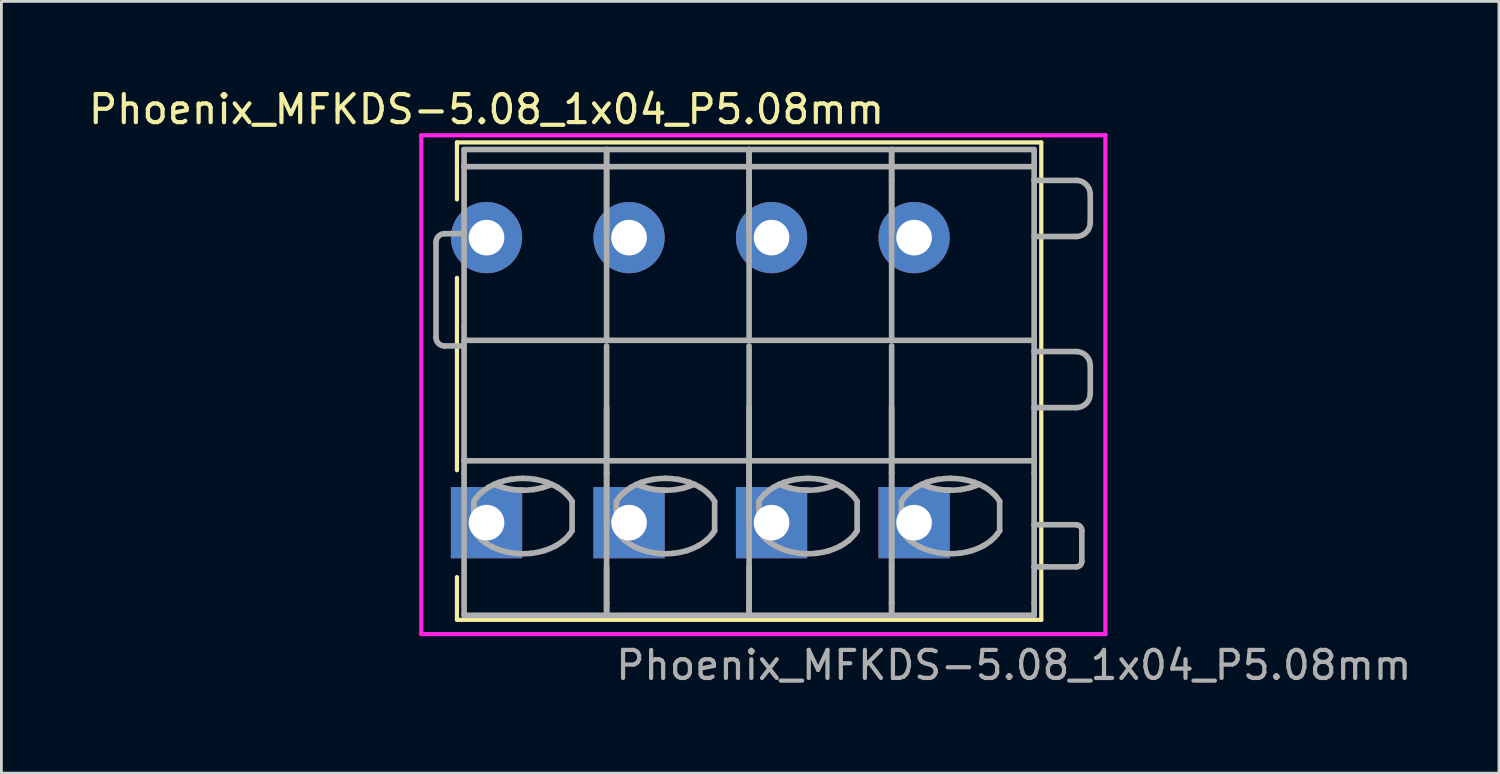
<source format=kicad_pcb>
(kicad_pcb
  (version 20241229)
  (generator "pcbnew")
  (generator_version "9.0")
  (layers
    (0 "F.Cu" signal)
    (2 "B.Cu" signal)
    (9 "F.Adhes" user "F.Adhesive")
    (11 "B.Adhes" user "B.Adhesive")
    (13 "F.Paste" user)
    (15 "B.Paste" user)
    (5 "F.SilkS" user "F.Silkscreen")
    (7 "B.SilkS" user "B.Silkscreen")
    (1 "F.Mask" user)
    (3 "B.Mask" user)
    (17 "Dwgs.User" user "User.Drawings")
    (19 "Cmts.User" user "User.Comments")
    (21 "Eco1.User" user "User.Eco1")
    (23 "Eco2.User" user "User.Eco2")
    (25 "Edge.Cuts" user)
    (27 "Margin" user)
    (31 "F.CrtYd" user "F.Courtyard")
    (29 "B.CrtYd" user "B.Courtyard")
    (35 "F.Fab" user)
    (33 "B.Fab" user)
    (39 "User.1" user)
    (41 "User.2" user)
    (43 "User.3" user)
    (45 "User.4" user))
  (footprint "Phoenix_MFKDS-5.08_1x04_P5.08mm"
    (layer "F.Cu")
    (at 14.292 5.42)
    (property "Reference" "Phoenix_MFKDS-5.08_1x04_P5.08mm" (at 0 -4.572 0) (layer "F.SilkS") (effects (font (size 1 1) (thickness 0.15))))
    (attr through_hole)
    (fp_line (start -1.054 -3.394) (end -1.054 -1.362) (stroke (width 0.15) (type solid)) (layer "F.SilkS"))
    (fp_line (start -1.054 -3.394) (end 19.774 -3.394) (stroke (width 0.15) (type solid)) (layer "F.SilkS"))
    (fp_line (start -1.054 1.432) (end -1.054 8.29) (stroke (width 0.15) (type solid)) (layer "F.SilkS"))
    (fp_line (start -1.054 13.624) (end -1.054 12.1) (stroke (width 0.15) (type solid)) (layer "F.SilkS"))
    (fp_line (start -1.054 13.624) (end 19.774 13.624) (stroke (width 0.15) (type solid)) (layer "F.SilkS"))
    (fp_line (start 19.774 -3.394) (end 19.774 13.624) (stroke (width 0.15) (type solid)) (layer "F.SilkS"))
    (fp_line (start -2.324 -3.648) (end -2.324 14.132) (stroke (width 0.15) (type solid)) (layer "F.CrtYd"))
    (fp_line (start -2.324 14.132) (end 22.06 14.132) (stroke (width 0.15) (type solid)) (layer "F.CrtYd"))
    (fp_line (start 22.06 -3.648) (end -2.324 -3.648) (stroke (width 0.15) (type solid)) (layer "F.CrtYd"))
    (fp_line (start 22.06 14.132) (end 22.06 -3.648) (stroke (width 0.15) (type solid)) (layer "F.CrtYd"))
    (fp_line (start -1.8 0.16) (end -1.8 3.56) (stroke (width 0.2) (type solid)) (layer "F.Fab"))
    (fp_line (start -1.5 -0.14) (end -0.8 -0.14) (stroke (width 0.2) (type solid)) (layer "F.Fab"))
    (fp_line (start -1.5 3.86) (end -0.8 3.86) (stroke (width 0.2) (type solid)) (layer "F.Fab"))
    (fp_line (start -0.8 -3.14) (end 4.28 -3.14) (stroke (width 0.2) (type solid)) (layer "F.Fab"))
    (fp_line (start -0.8 -2.529) (end -0.8 -3.14) (stroke (width 0.2) (type solid)) (layer "F.Fab"))
    (fp_line (start -0.8 -2.529) (end -0.8 -0.14) (stroke (width 0.2) (type solid)) (layer "F.Fab"))
    (fp_line (start -0.8 -0.14) (end -0.8 0.301) (stroke (width 0.2) (type solid)) (layer "F.Fab"))
    (fp_line (start -0.8 3.16) (end -0.8 0.301) (stroke (width 0.2) (type solid)) (layer "F.Fab"))
    (fp_line (start -0.8 3.16) (end -0.8 3.66) (stroke (width 0.2) (type solid)) (layer "F.Fab"))
    (fp_line (start -0.8 3.66) (end 4.28 3.66) (stroke (width 0.2) (type solid)) (layer "F.Fab"))
    (fp_line (start -0.8 3.86) (end -0.8 3.66) (stroke (width 0.2) (type solid)) (layer "F.Fab"))
    (fp_line (start -0.8 7.956) (end -0.8 3.86) (stroke (width 0.2) (type solid)) (layer "F.Fab"))
    (fp_line (start -0.8 7.956) (end -0.8 8.383) (stroke (width 0.2) (type solid)) (layer "F.Fab"))
    (fp_line (start -0.8 7.956) (end 4.28 7.956) (stroke (width 0.2) (type solid)) (layer "F.Fab"))
    (fp_line (start -0.8 13.021) (end -0.8 8.383) (stroke (width 0.2) (type solid)) (layer "F.Fab"))
    (fp_line (start -0.8 13.021) (end -0.8 13.46) (stroke (width 0.2) (type solid)) (layer "F.Fab"))
    (fp_line (start -0.8 13.46) (end 4.28 13.46) (stroke (width 0.2) (type solid)) (layer "F.Fab"))
    (fp_line (start -0.45 9.401) (end -0.45 9.691) (stroke (width 0.2) (type solid)) (layer "F.Fab"))
    (fp_line (start -0.45 9.691) (end -0.45 10.448) (stroke (width 0.2) (type solid)) (layer "F.Fab"))
    (fp_line (start -0.202 10.747) (end -0.15 10.792) (stroke (width 0.2) (type solid)) (layer "F.Fab"))
    (fp_line (start 2.965 10.571) (end 3.05 10.448) (stroke (width 0.2) (type solid)) (layer "F.Fab"))
    (fp_line (start 3.05 10.448) (end 3.05 9.401) (stroke (width 0.2) (type solid)) (layer "F.Fab"))
    (fp_line (start 4.28 -3.14) (end 9.36 -3.14) (stroke (width 0.2) (type solid)) (layer "F.Fab"))
    (fp_line (start 4.28 -2.529) (end -0.8 -2.529) (stroke (width 0.2) (type solid)) (layer "F.Fab"))
    (fp_line (start 4.28 -2.529) (end 4.28 -3.14) (stroke (width 0.2) (type solid)) (layer "F.Fab"))
    (fp_line (start 4.28 -2.529) (end 4.28 -3.14) (stroke (width 0.2) (type solid)) (layer "F.Fab"))
    (fp_line (start 4.28 -2.529) (end 4.28 -2.04) (stroke (width 0.2) (type solid)) (layer "F.Fab"))
    (fp_line (start 4.28 -2.529) (end 4.28 -0.14) (stroke (width 0.2) (type solid)) (layer "F.Fab"))
    (fp_line (start 4.28 -2.04) (end 4.28 3.66) (stroke (width 0.2) (type solid)) (layer "F.Fab"))
    (fp_line (start 4.28 3.66) (end 9.36 3.66) (stroke (width 0.2) (type solid)) (layer "F.Fab"))
    (fp_line (start 4.28 7.956) (end 4.28 3.86) (stroke (width 0.2) (type solid)) (layer "F.Fab"))
    (fp_line (start 4.28 7.956) (end 4.28 6.06) (stroke (width 0.2) (type solid)) (layer "F.Fab"))
    (fp_line (start 4.28 7.956) (end 4.28 8.383) (stroke (width 0.2) (type solid)) (layer "F.Fab"))
    (fp_line (start 4.28 7.956) (end 4.28 8.383) (stroke (width 0.2) (type solid)) (layer "F.Fab"))
    (fp_line (start 4.28 7.956) (end 9.36 7.956) (stroke (width 0.2) (type solid)) (layer "F.Fab"))
    (fp_line (start 4.28 10.235) (end 4.28 8.383) (stroke (width 0.2) (type solid)) (layer "F.Fab"))
    (fp_line (start 4.28 11.735) (end 4.28 13.021) (stroke (width 0.2) (type solid)) (layer "F.Fab"))
    (fp_line (start 4.28 13.021) (end 4.28 8.383) (stroke (width 0.2) (type solid)) (layer "F.Fab"))
    (fp_line (start 4.28 13.021) (end 4.28 13.46) (stroke (width 0.2) (type solid)) (layer "F.Fab"))
    (fp_line (start 4.28 13.021) (end 4.28 13.46) (stroke (width 0.2) (type solid)) (layer "F.Fab"))
    (fp_line (start 4.28 13.46) (end 9.36 13.46) (stroke (width 0.2) (type solid)) (layer "F.Fab"))
    (fp_line (start 4.63 9.401) (end 4.63 9.691) (stroke (width 0.2) (type solid)) (layer "F.Fab"))
    (fp_line (start 4.63 9.691) (end 4.63 10.448) (stroke (width 0.2) (type solid)) (layer "F.Fab"))
    (fp_line (start 4.878 10.747) (end 4.93 10.792) (stroke (width 0.2) (type solid)) (layer "F.Fab"))
    (fp_line (start 8.045 10.571) (end 8.13 10.448) (stroke (width 0.2) (type solid)) (layer "F.Fab"))
    (fp_line (start 8.13 10.448) (end 8.13 9.401) (stroke (width 0.2) (type solid)) (layer "F.Fab"))
    (fp_line (start 9.36 -3.14) (end 14.44 -3.14) (stroke (width 0.2) (type solid)) (layer "F.Fab"))
    (fp_line (start 9.36 -2.529) (end 4.28 -2.529) (stroke (width 0.2) (type solid)) (layer "F.Fab"))
    (fp_line (start 9.36 -2.529) (end 9.36 -3.14) (stroke (width 0.2) (type solid)) (layer "F.Fab"))
    (fp_line (start 9.36 -2.529) (end 9.36 -3.14) (stroke (width 0.2) (type solid)) (layer "F.Fab"))
    (fp_line (start 9.36 -2.529) (end 9.36 -2.04) (stroke (width 0.2) (type solid)) (layer "F.Fab"))
    (fp_line (start 9.36 -2.529) (end 9.36 -0.14) (stroke (width 0.2) (type solid)) (layer "F.Fab"))
    (fp_line (start 9.36 -2.04) (end 9.36 3.66) (stroke (width 0.2) (type solid)) (layer "F.Fab"))
    (fp_line (start 9.36 3.66) (end 14.44 3.66) (stroke (width 0.2) (type solid)) (layer "F.Fab"))
    (fp_line (start 9.36 7.956) (end 9.36 3.86) (stroke (width 0.2) (type solid)) (layer "F.Fab"))
    (fp_line (start 9.36 7.956) (end 9.36 6.06) (stroke (width 0.2) (type solid)) (layer "F.Fab"))
    (fp_line (start 9.36 7.956) (end 9.36 8.383) (stroke (width 0.2) (type solid)) (layer "F.Fab"))
    (fp_line (start 9.36 7.956) (end 9.36 8.383) (stroke (width 0.2) (type solid)) (layer "F.Fab"))
    (fp_line (start 9.36 7.956) (end 14.44 7.956) (stroke (width 0.2) (type solid)) (layer "F.Fab"))
    (fp_line (start 9.36 10.235) (end 9.36 8.383) (stroke (width 0.2) (type solid)) (layer "F.Fab"))
    (fp_line (start 9.36 11.735) (end 9.36 13.021) (stroke (width 0.2) (type solid)) (layer "F.Fab"))
    (fp_line (start 9.36 13.021) (end 9.36 8.383) (stroke (width 0.2) (type solid)) (layer "F.Fab"))
    (fp_line (start 9.36 13.021) (end 9.36 13.46) (stroke (width 0.2) (type solid)) (layer "F.Fab"))
    (fp_line (start 9.36 13.021) (end 9.36 13.46) (stroke (width 0.2) (type solid)) (layer "F.Fab"))
    (fp_line (start 9.36 13.46) (end 14.44 13.46) (stroke (width 0.2) (type solid)) (layer "F.Fab"))
    (fp_line (start 9.71 9.401) (end 9.71 9.691) (stroke (width 0.2) (type solid)) (layer "F.Fab"))
    (fp_line (start 9.71 9.691) (end 9.71 10.448) (stroke (width 0.2) (type solid)) (layer "F.Fab"))
    (fp_line (start 9.958 10.747) (end 10.01 10.792) (stroke (width 0.2) (type solid)) (layer "F.Fab"))
    (fp_line (start 13.125 10.571) (end 13.21 10.448) (stroke (width 0.2) (type solid)) (layer "F.Fab"))
    (fp_line (start 13.21 10.448) (end 13.21 9.401) (stroke (width 0.2) (type solid)) (layer "F.Fab"))
    (fp_line (start 14.44 -3.14) (end 19.52 -3.14) (stroke (width 0.2) (type solid)) (layer "F.Fab"))
    (fp_line (start 14.44 -2.529) (end 9.36 -2.529) (stroke (width 0.2) (type solid)) (layer "F.Fab"))
    (fp_line (start 14.44 -2.529) (end 14.44 -3.14) (stroke (width 0.2) (type solid)) (layer "F.Fab"))
    (fp_line (start 14.44 -2.529) (end 14.44 -3.14) (stroke (width 0.2) (type solid)) (layer "F.Fab"))
    (fp_line (start 14.44 -2.529) (end 14.44 -2.04) (stroke (width 0.2) (type solid)) (layer "F.Fab"))
    (fp_line (start 14.44 -2.529) (end 14.44 -0.14) (stroke (width 0.2) (type solid)) (layer "F.Fab"))
    (fp_line (start 14.44 -2.04) (end 14.44 3.66) (stroke (width 0.2) (type solid)) (layer "F.Fab"))
    (fp_line (start 14.44 3.66) (end 19.52 3.66) (stroke (width 0.2) (type solid)) (layer "F.Fab"))
    (fp_line (start 14.44 7.956) (end 14.44 3.86) (stroke (width 0.2) (type solid)) (layer "F.Fab"))
    (fp_line (start 14.44 7.956) (end 14.44 6.06) (stroke (width 0.2) (type solid)) (layer "F.Fab"))
    (fp_line (start 14.44 7.956) (end 14.44 8.383) (stroke (width 0.2) (type solid)) (layer "F.Fab"))
    (fp_line (start 14.44 7.956) (end 14.44 8.383) (stroke (width 0.2) (type solid)) (layer "F.Fab"))
    (fp_line (start 14.44 7.956) (end 19.52 7.956) (stroke (width 0.2) (type solid)) (layer "F.Fab"))
    (fp_line (start 14.44 10.235) (end 14.44 8.383) (stroke (width 0.2) (type solid)) (layer "F.Fab"))
    (fp_line (start 14.44 11.735) (end 14.44 10.235) (stroke (width 0.2) (type solid)) (layer "F.Fab"))
    (fp_line (start 14.44 11.735) (end 14.44 13.021) (stroke (width 0.2) (type solid)) (layer "F.Fab"))
    (fp_line (start 14.44 13.021) (end 14.44 8.383) (stroke (width 0.2) (type solid)) (layer "F.Fab"))
    (fp_line (start 14.44 13.021) (end 14.44 13.46) (stroke (width 0.2) (type solid)) (layer "F.Fab"))
    (fp_line (start 14.44 13.021) (end 14.44 13.46) (stroke (width 0.2) (type solid)) (layer "F.Fab"))
    (fp_line (start 14.44 13.46) (end 19.52 13.46) (stroke (width 0.2) (type solid)) (layer "F.Fab"))
    (fp_line (start 14.79 9.401) (end 14.79 9.691) (stroke (width 0.2) (type solid)) (layer "F.Fab"))
    (fp_line (start 14.79 9.691) (end 14.79 10.448) (stroke (width 0.2) (type solid)) (layer "F.Fab"))
    (fp_line (start 15.038 10.747) (end 15.09 10.792) (stroke (width 0.2) (type solid)) (layer "F.Fab"))
    (fp_line (start 18.205 10.571) (end 18.29 10.448) (stroke (width 0.2) (type solid)) (layer "F.Fab"))
    (fp_line (start 18.29 10.448) (end 18.29 9.401) (stroke (width 0.2) (type solid)) (layer "F.Fab"))
    (fp_line (start 19.52 -2.529) (end 14.44 -2.529) (stroke (width 0.2) (type solid)) (layer "F.Fab"))
    (fp_line (start 19.52 -2.529) (end 19.52 -3.14) (stroke (width 0.2) (type solid)) (layer "F.Fab"))
    (fp_line (start 19.52 -2.529) (end 19.52 -2.04) (stroke (width 0.2) (type solid)) (layer "F.Fab"))
    (fp_line (start 19.52 -2.04) (end 19.52 3.66) (stroke (width 0.2) (type solid)) (layer "F.Fab"))
    (fp_line (start 19.52 -2.04) (end 21.02 -2.04) (stroke (width 0.2) (type solid)) (layer "F.Fab"))
    (fp_line (start 19.52 -0.04) (end 21.02 -0.04) (stroke (width 0.2) (type solid)) (layer "F.Fab"))
    (fp_line (start 19.52 4.06) (end 19.52 3.66) (stroke (width 0.2) (type solid)) (layer "F.Fab"))
    (fp_line (start 19.52 4.06) (end 21.02 4.06) (stroke (width 0.2) (type solid)) (layer "F.Fab"))
    (fp_line (start 19.52 6.06) (end 19.52 4.06) (stroke (width 0.2) (type solid)) (layer "F.Fab"))
    (fp_line (start 19.52 6.06) (end 21.02 6.06) (stroke (width 0.2) (type solid)) (layer "F.Fab"))
    (fp_line (start 19.52 7.956) (end 19.52 6.06) (stroke (width 0.2) (type solid)) (layer "F.Fab"))
    (fp_line (start 19.52 7.956) (end 19.52 8.383) (stroke (width 0.2) (type solid)) (layer "F.Fab"))
    (fp_line (start 19.52 10.235) (end 19.52 8.383) (stroke (width 0.2) (type solid)) (layer "F.Fab"))
    (fp_line (start 19.52 10.235) (end 21.02 10.235) (stroke (width 0.2) (type solid)) (layer "F.Fab"))
    (fp_line (start 19.52 11.735) (end 19.52 10.235) (stroke (width 0.2) (type solid)) (layer "F.Fab"))
    (fp_line (start 19.52 11.735) (end 19.52 13.021) (stroke (width 0.2) (type solid)) (layer "F.Fab"))
    (fp_line (start 19.52 11.735) (end 21.02 11.735) (stroke (width 0.2) (type solid)) (layer "F.Fab"))
    (fp_line (start 19.52 13.021) (end 19.52 13.46) (stroke (width 0.2) (type solid)) (layer "F.Fab"))
    (fp_line (start 21.22 10.435) (end 21.22 11.535) (stroke (width 0.2) (type solid)) (layer "F.Fab"))
    (fp_line (start 21.52 -1.54) (end 21.52 -0.54) (stroke (width 0.2) (type solid)) (layer "F.Fab"))
    (fp_line (start 21.52 4.56) (end 21.52 5.56) (stroke (width 0.2) (type solid)) (layer "F.Fab"))
    (fp_arc (start -1.8 0.16) (mid -1.712132 -0.052132) (end -1.5 -0.14) (stroke (width 0.2) (type solid)) (layer "F.Fab"))
    (fp_arc (start -1.5 3.86) (mid -1.712132 3.772132) (end -1.8 3.56) (stroke (width 0.2) (type solid)) (layer "F.Fab"))
    (fp_arc (start -0.45 9.401255) (mid -0.349171 9.257689) (end -0.230564 9.128422) (stroke (width 0.2) (type solid)) (layer "F.Fab"))
    (fp_arc (start -0.379598 10.552539) (mid -0.416161 10.501022) (end -0.45 10.447677) (stroke (width 0.2) (type solid)) (layer "F.Fab"))
    (fp_arc (start -0.296781 10.652577) (mid -0.339414 10.603572) (end -0.379598 10.552539) (stroke (width 0.2) (type solid)) (layer "F.Fab"))
    (fp_arc (start -0.230564 9.128422) (mid -0.085409 9.005366) (end 0.072408 8.899035) (stroke (width 0.2) (type solid)) (layer "F.Fab"))
    (fp_arc (start -0.202031 10.747237) (mid -0.250498 10.701) (end -0.296781 10.652577) (stroke (width 0.2) (type solid)) (layer "F.Fab"))
    (fp_arc (start 0.072408 8.899035) (mid 0.253221 8.803422) (end 0.44238 8.725615) (stroke (width 0.2) (type solid)) (layer "F.Fab"))
    (fp_arc (start 0.206027 11.022925) (mid 0.021004 10.918229) (end -0.150332 10.792377) (stroke (width 0.2) (type solid)) (layer "F.Fab"))
    (fp_arc (start 0.44238 8.725615) (mid 0.648423 8.662562) (end 0.85916 8.617626) (stroke (width 0.2) (type solid)) (layer "F.Fab"))
    (fp_arc (start 0.596743 8.909129) (mid 0.4342 8.857004) (end 0.276056 8.792755) (stroke (width 0.2) (type solid)) (layer "F.Fab"))
    (fp_arc (start 0.633083 11.182484) (mid 0.415454 11.11368) (end 0.206027 11.022924) (stroke (width 0.2) (type solid)) (layer "F.Fab"))
    (fp_arc (start 0.85916 8.617626) (mid 1.078818 8.590126) (end 1.3 8.580963) (stroke (width 0.2) (type solid)) (layer "F.Fab"))
    (fp_arc (start 0.941172 8.980371) (mid 0.76771 8.950783) (end 0.596743 8.909129) (stroke (width 0.2) (type solid)) (layer "F.Fab"))
    (fp_arc (start 1.103239 11.260745) (mid 0.866341 11.232547) (end 0.633083 11.182485) (stroke (width 0.2) (type solid)) (layer "F.Fab"))
    (fp_arc (start 1.3 8.580963) (mid 1.521185 8.590095) (end 1.74084 8.617626) (stroke (width 0.2) (type solid)) (layer "F.Fab"))
    (fp_arc (start 1.3 9.004547) (mid 1.120177 8.998539) (end 0.941173 8.98037) (stroke (width 0.2) (type solid)) (layer "F.Fab"))
    (fp_arc (start 1.58611 11.252649) (mid 1.344857 11.26759) (end 1.103239 11.260745) (stroke (width 0.2) (type solid)) (layer "F.Fab"))
    (fp_arc (start 1.658827 8.98037) (mid 1.479819 8.998484) (end 1.3 9.004547) (stroke (width 0.2) (type solid)) (layer "F.Fab"))
    (fp_arc (start 1.74084 8.617626) (mid 1.951633 8.662347) (end 2.15762 8.725615) (stroke (width 0.2) (type solid)) (layer "F.Fab"))
    (fp_arc (start 2.003256 8.909128) (mid 1.832273 8.950702) (end 1.658827 8.98037) (stroke (width 0.2) (type solid)) (layer "F.Fab"))
    (fp_arc (start 2.050491 11.158719) (mid 1.820476 11.216438) (end 1.58611 11.252649) (stroke (width 0.2) (type solid)) (layer "F.Fab"))
    (fp_arc (start 2.15762 8.725615) (mid 2.346899 8.803166) (end 2.527592 8.899035) (stroke (width 0.2) (type solid)) (layer "F.Fab"))
    (fp_arc (start 2.323944 8.792755) (mid 2.165763 8.856901) (end 2.003257 8.909129) (stroke (width 0.2) (type solid)) (layer "F.Fab"))
    (fp_arc (start 2.466373 10.985026) (mid 2.262861 11.082477) (end 2.050492 11.158719) (stroke (width 0.2) (type solid)) (layer "F.Fab"))
    (fp_arc (start 2.527592 8.899035) (mid 2.685688 9.004998) (end 2.830564 9.128422) (stroke (width 0.2) (type solid)) (layer "F.Fab"))
    (fp_arc (start 2.746106 10.795895) (mid 2.610635 10.896961) (end 2.466373 10.985026) (stroke (width 0.2) (type solid)) (layer "F.Fab"))
    (fp_arc (start 2.830564 9.128422) (mid 2.949504 9.257421) (end 3.05 9.401255) (stroke (width 0.2) (type solid)) (layer "F.Fab"))
    (fp_arc (start 2.965357 10.571222) (mid 2.86173 10.689412) (end 2.746107 10.795894) (stroke (width 0.2) (type solid)) (layer "F.Fab"))
    (fp_arc (start 4.63 9.401255) (mid 4.730829 9.257689) (end 4.849436 9.128422) (stroke (width 0.2) (type solid)) (layer "F.Fab"))
    (fp_arc (start 4.700402 10.552539) (mid 4.663839 10.501022) (end 4.63 10.447677) (stroke (width 0.2) (type solid)) (layer "F.Fab"))
    (fp_arc (start 4.783219 10.652577) (mid 4.740586 10.603572) (end 4.700402 10.552539) (stroke (width 0.2) (type solid)) (layer "F.Fab"))
    (fp_arc (start 4.849436 9.128422) (mid 4.994591 9.005366) (end 5.152408 8.899035) (stroke (width 0.2) (type solid)) (layer "F.Fab"))
    (fp_arc (start 4.877969 10.747237) (mid 4.829502 10.701) (end 4.783219 10.652577) (stroke (width 0.2) (type solid)) (layer "F.Fab"))
    (fp_arc (start 5.152408 8.899035) (mid 5.333221 8.803422) (end 5.52238 8.725615) (stroke (width 0.2) (type solid)) (layer "F.Fab"))
    (fp_arc (start 5.286027 11.022925) (mid 5.101004 10.918229) (end 4.929668 10.792377) (stroke (width 0.2) (type solid)) (layer "F.Fab"))
    (fp_arc (start 5.52238 8.725615) (mid 5.728423 8.662562) (end 5.93916 8.617626) (stroke (width 0.2) (type solid)) (layer "F.Fab"))
    (fp_arc (start 5.676743 8.909129) (mid 5.5142 8.857004) (end 5.356056 8.792755) (stroke (width 0.2) (type solid)) (layer "F.Fab"))
    (fp_arc (start 5.713083 11.182484) (mid 5.495454 11.11368) (end 5.286027 11.022924) (stroke (width 0.2) (type solid)) (layer "F.Fab"))
    (fp_arc (start 5.93916 8.617626) (mid 6.158818 8.590126) (end 6.38 8.580963) (stroke (width 0.2) (type solid)) (layer "F.Fab"))
    (fp_arc (start 6.021172 8.980371) (mid 5.84771 8.950783) (end 5.676743 8.909129) (stroke (width 0.2) (type solid)) (layer "F.Fab"))
    (fp_arc (start 6.183239 11.260745) (mid 5.946341 11.232547) (end 5.713083 11.182485) (stroke (width 0.2) (type solid)) (layer "F.Fab"))
    (fp_arc (start 6.38 8.580963) (mid 6.601185 8.590095) (end 6.82084 8.617626) (stroke (width 0.2) (type solid)) (layer "F.Fab"))
    (fp_arc (start 6.38 9.004547) (mid 6.200177 8.998539) (end 6.021173 8.98037) (stroke (width 0.2) (type solid)) (layer "F.Fab"))
    (fp_arc (start 6.66611 11.252649) (mid 6.424857 11.26759) (end 6.183239 11.260745) (stroke (width 0.2) (type solid)) (layer "F.Fab"))
    (fp_arc (start 6.738827 8.98037) (mid 6.559819 8.998484) (end 6.38 9.004547) (stroke (width 0.2) (type solid)) (layer "F.Fab"))
    (fp_arc (start 6.82084 8.617626) (mid 7.031633 8.662347) (end 7.23762 8.725615) (stroke (width 0.2) (type solid)) (layer "F.Fab"))
    (fp_arc (start 7.083256 8.909128) (mid 6.912273 8.950702) (end 6.738827 8.98037) (stroke (width 0.2) (type solid)) (layer "F.Fab"))
    (fp_arc (start 7.130491 11.158719) (mid 6.900476 11.216438) (end 6.66611 11.252649) (stroke (width 0.2) (type solid)) (layer "F.Fab"))
    (fp_arc (start 7.23762 8.725615) (mid 7.426899 8.803166) (end 7.607592 8.899035) (stroke (width 0.2) (type solid)) (layer "F.Fab"))
    (fp_arc (start 7.403944 8.792755) (mid 7.245763 8.856901) (end 7.083257 8.909129) (stroke (width 0.2) (type solid)) (layer "F.Fab"))
    (fp_arc (start 7.546373 10.985026) (mid 7.342861 11.082477) (end 7.130492 11.158719) (stroke (width 0.2) (type solid)) (layer "F.Fab"))
    (fp_arc (start 7.607592 8.899035) (mid 7.765688 9.004998) (end 7.910564 9.128422) (stroke (width 0.2) (type solid)) (layer "F.Fab"))
    (fp_arc (start 7.826106 10.795895) (mid 7.690635 10.896961) (end 7.546373 10.985026) (stroke (width 0.2) (type solid)) (layer "F.Fab"))
    (fp_arc (start 7.910564 9.128422) (mid 8.029504 9.257421) (end 8.13 9.401255) (stroke (width 0.2) (type solid)) (layer "F.Fab"))
    (fp_arc (start 8.045357 10.571222) (mid 7.94173 10.689412) (end 7.826107 10.795894) (stroke (width 0.2) (type solid)) (layer "F.Fab"))
    (fp_arc (start 9.71 9.401255) (mid 9.810829 9.257689) (end 9.929436 9.128422) (stroke (width 0.2) (type solid)) (layer "F.Fab"))
    (fp_arc (start 9.780402 10.552539) (mid 9.743839 10.501022) (end 9.71 10.447677) (stroke (width 0.2) (type solid)) (layer "F.Fab"))
    (fp_arc (start 9.863219 10.652577) (mid 9.820586 10.603572) (end 9.780402 10.552539) (stroke (width 0.2) (type solid)) (layer "F.Fab"))
    (fp_arc (start 9.929436 9.128422) (mid 10.074591 9.005366) (end 10.232408 8.899035) (stroke (width 0.2) (type solid)) (layer "F.Fab"))
    (fp_arc (start 9.957969 10.747237) (mid 9.909502 10.701) (end 9.863219 10.652577) (stroke (width 0.2) (type solid)) (layer "F.Fab"))
    (fp_arc (start 10.232408 8.899035) (mid 10.413221 8.803422) (end 10.60238 8.725615) (stroke (width 0.2) (type solid)) (layer "F.Fab"))
    (fp_arc (start 10.366027 11.022925) (mid 10.181004 10.918229) (end 10.009668 10.792377) (stroke (width 0.2) (type solid)) (layer "F.Fab"))
    (fp_arc (start 10.60238 8.725615) (mid 10.808423 8.662562) (end 11.01916 8.617626) (stroke (width 0.2) (type solid)) (layer "F.Fab"))
    (fp_arc (start 10.756743 8.909129) (mid 10.5942 8.857004) (end 10.436056 8.792755) (stroke (width 0.2) (type solid)) (layer "F.Fab"))
    (fp_arc (start 10.793083 11.182484) (mid 10.575454 11.11368) (end 10.366027 11.022924) (stroke (width 0.2) (type solid)) (layer "F.Fab"))
    (fp_arc (start 11.01916 8.617626) (mid 11.238818 8.590126) (end 11.46 8.580963) (stroke (width 0.2) (type solid)) (layer "F.Fab"))
    (fp_arc (start 11.101172 8.980371) (mid 10.92771 8.950783) (end 10.756743 8.909129) (stroke (width 0.2) (type solid)) (layer "F.Fab"))
    (fp_arc (start 11.263239 11.260745) (mid 11.026341 11.232547) (end 10.793083 11.182485) (stroke (width 0.2) (type solid)) (layer "F.Fab"))
    (fp_arc (start 11.46 8.580963) (mid 11.681185 8.590095) (end 11.90084 8.617626) (stroke (width 0.2) (type solid)) (layer "F.Fab"))
    (fp_arc (start 11.46 9.004547) (mid 11.280177 8.998539) (end 11.101173 8.98037) (stroke (width 0.2) (type solid)) (layer "F.Fab"))
    (fp_arc (start 11.74611 11.252649) (mid 11.504857 11.26759) (end 11.263239 11.260745) (stroke (width 0.2) (type solid)) (layer "F.Fab"))
    (fp_arc (start 11.818827 8.98037) (mid 11.639819 8.998484) (end 11.46 9.004547) (stroke (width 0.2) (type solid)) (layer "F.Fab"))
    (fp_arc (start 11.90084 8.617626) (mid 12.111633 8.662347) (end 12.31762 8.725615) (stroke (width 0.2) (type solid)) (layer "F.Fab"))
    (fp_arc (start 12.163256 8.909128) (mid 11.992273 8.950702) (end 11.818827 8.98037) (stroke (width 0.2) (type solid)) (layer "F.Fab"))
    (fp_arc (start 12.210491 11.158719) (mid 11.980476 11.216438) (end 11.74611 11.252649) (stroke (width 0.2) (type solid)) (layer "F.Fab"))
    (fp_arc (start 12.31762 8.725615) (mid 12.506899 8.803166) (end 12.687592 8.899035) (stroke (width 0.2) (type solid)) (layer "F.Fab"))
    (fp_arc (start 12.483944 8.792755) (mid 12.325763 8.856901) (end 12.163257 8.909129) (stroke (width 0.2) (type solid)) (layer "F.Fab"))
    (fp_arc (start 12.626373 10.985026) (mid 12.422861 11.082477) (end 12.210492 11.158719) (stroke (width 0.2) (type solid)) (layer "F.Fab"))
    (fp_arc (start 12.687592 8.899035) (mid 12.845688 9.004998) (end 12.990564 9.128422) (stroke (width 0.2) (type solid)) (layer "F.Fab"))
    (fp_arc (start 12.906106 10.795895) (mid 12.770635 10.896961) (end 12.626373 10.985026) (stroke (width 0.2) (type solid)) (layer "F.Fab"))
    (fp_arc (start 12.990564 9.128422) (mid 13.109504 9.257421) (end 13.21 9.401255) (stroke (width 0.2) (type solid)) (layer "F.Fab"))
    (fp_arc (start 13.125357 10.571222) (mid 13.02173 10.689412) (end 12.906107 10.795894) (stroke (width 0.2) (type solid)) (layer "F.Fab"))
    (fp_arc (start 14.79 9.401255) (mid 14.890829 9.257689) (end 15.009436 9.128422) (stroke (width 0.2) (type solid)) (layer "F.Fab"))
    (fp_arc (start 14.860402 10.552539) (mid 14.823839 10.501022) (end 14.79 10.447677) (stroke (width 0.2) (type solid)) (layer "F.Fab"))
    (fp_arc (start 14.943219 10.652577) (mid 14.900586 10.603572) (end 14.860402 10.552539) (stroke (width 0.2) (type solid)) (layer "F.Fab"))
    (fp_arc (start 15.009436 9.128422) (mid 15.154591 9.005366) (end 15.312408 8.899035) (stroke (width 0.2) (type solid)) (layer "F.Fab"))
    (fp_arc (start 15.037969 10.747237) (mid 14.989502 10.701) (end 14.943219 10.652577) (stroke (width 0.2) (type solid)) (layer "F.Fab"))
    (fp_arc (start 15.312408 8.899035) (mid 15.493221 8.803422) (end 15.68238 8.725615) (stroke (width 0.2) (type solid)) (layer "F.Fab"))
    (fp_arc (start 15.446027 11.022925) (mid 15.261004 10.918229) (end 15.089668 10.792377) (stroke (width 0.2) (type solid)) (layer "F.Fab"))
    (fp_arc (start 15.68238 8.725615) (mid 15.888423 8.662562) (end 16.09916 8.617626) (stroke (width 0.2) (type solid)) (layer "F.Fab"))
    (fp_arc (start 15.836743 8.909129) (mid 15.6742 8.857004) (end 15.516056 8.792755) (stroke (width 0.2) (type solid)) (layer "F.Fab"))
    (fp_arc (start 15.873083 11.182484) (mid 15.655454 11.11368) (end 15.446027 11.022924) (stroke (width 0.2) (type solid)) (layer "F.Fab"))
    (fp_arc (start 16.09916 8.617626) (mid 16.318818 8.590126) (end 16.54 8.580963) (stroke (width 0.2) (type solid)) (layer "F.Fab"))
    (fp_arc (start 16.181172 8.980371) (mid 16.00771 8.950783) (end 15.836743 8.909129) (stroke (width 0.2) (type solid)) (layer "F.Fab"))
    (fp_arc (start 16.343239 11.260745) (mid 16.106341 11.232547) (end 15.873083 11.182485) (stroke (width 0.2) (type solid)) (layer "F.Fab"))
    (fp_arc (start 16.54 8.580963) (mid 16.761185 8.590095) (end 16.98084 8.617626) (stroke (width 0.2) (type solid)) (layer "F.Fab"))
    (fp_arc (start 16.54 9.004547) (mid 16.360177 8.998539) (end 16.181173 8.98037) (stroke (width 0.2) (type solid)) (layer "F.Fab"))
    (fp_arc (start 16.82611 11.252649) (mid 16.584857 11.26759) (end 16.343239 11.260745) (stroke (width 0.2) (type solid)) (layer "F.Fab"))
    (fp_arc (start 16.898827 8.98037) (mid 16.719819 8.998484) (end 16.54 9.004547) (stroke (width 0.2) (type solid)) (layer "F.Fab"))
    (fp_arc (start 16.98084 8.617626) (mid 17.191633 8.662347) (end 17.39762 8.725615) (stroke (width 0.2) (type solid)) (layer "F.Fab"))
    (fp_arc (start 17.243256 8.909128) (mid 17.072273 8.950702) (end 16.898827 8.98037) (stroke (width 0.2) (type solid)) (layer "F.Fab"))
    (fp_arc (start 17.290491 11.158719) (mid 17.060476 11.216438) (end 16.82611 11.252649) (stroke (width 0.2) (type solid)) (layer "F.Fab"))
    (fp_arc (start 17.39762 8.725615) (mid 17.586899 8.803166) (end 17.767592 8.899035) (stroke (width 0.2) (type solid)) (layer "F.Fab"))
    (fp_arc (start 17.563944 8.792755) (mid 17.405763 8.856901) (end 17.243257 8.909129) (stroke (width 0.2) (type solid)) (layer "F.Fab"))
    (fp_arc (start 17.706373 10.985026) (mid 17.502861 11.082477) (end 17.290492 11.158719) (stroke (width 0.2) (type solid)) (layer "F.Fab"))
    (fp_arc (start 17.767592 8.899035) (mid 17.925688 9.004998) (end 18.070564 9.128422) (stroke (width 0.2) (type solid)) (layer "F.Fab"))
    (fp_arc (start 17.986106 10.795895) (mid 17.850635 10.896961) (end 17.706373 10.985026) (stroke (width 0.2) (type solid)) (layer "F.Fab"))
    (fp_arc (start 18.070564 9.128422) (mid 18.189504 9.257421) (end 18.29 9.401255) (stroke (width 0.2) (type solid)) (layer "F.Fab"))
    (fp_arc (start 18.205357 10.571222) (mid 18.10173 10.689412) (end 17.986107 10.795894) (stroke (width 0.2) (type solid)) (layer "F.Fab"))
    (fp_arc (start 21.02 -2.04) (mid 21.373553 -1.893553) (end 21.52 -1.54) (stroke (width 0.2) (type solid)) (layer "F.Fab"))
    (fp_arc (start 21.02 4.06) (mid 21.373553 4.206447) (end 21.52 4.56) (stroke (width 0.2) (type solid)) (layer "F.Fab"))
    (fp_arc (start 21.02 10.235126) (mid 21.161421 10.293705) (end 21.22 10.435126) (stroke (width 0.2) (type solid)) (layer "F.Fab"))
    (fp_arc (start 21.22 11.535126) (mid 21.161421 11.676547) (end 21.02 11.735126) (stroke (width 0.2) (type solid)) (layer "F.Fab"))
    (fp_arc (start 21.52 -0.54) (mid 21.373553 -0.186447) (end 21.02 -0.04) (stroke (width 0.2) (type solid)) (layer "F.Fab"))
    (fp_arc (start 21.52 5.56) (mid 21.373553 5.913553) (end 21.02 6.06) (stroke (width 0.2) (type solid)) (layer "F.Fab"))
    (fp_text user "${REFERENCE}" (at 18.796 15.24 0) (layer "F.Fab") (effects (font (size 1 1) (thickness 0.15))))
    (pad "1" thru_hole circle (at 0 0) (size 2.54 2.54) (drill 1.27) (layers "*.Cu" "*.Mask"))
    (pad "1" thru_hole rect (at 0 10.16) (size 2.54 2.54) (drill 1.27) (layers "*.Cu" "*.Mask"))
    (pad "2" thru_hole circle (at 5.08 0) (size 2.54 2.54) (drill 1.27) (layers "*.Cu" "*.Mask"))
    (pad "2" thru_hole rect (at 5.08 10.16) (size 2.54 2.54) (drill 1.27) (layers "*.Cu" "*.Mask"))
    (pad "3" thru_hole circle (at 10.16 0) (size 2.54 2.54) (drill 1.27) (layers "*.Cu" "*.Mask"))
    (pad "3" thru_hole rect (at 10.16 10.16) (size 2.54 2.54) (drill 1.27) (layers "*.Cu" "*.Mask"))
    (pad "4" thru_hole circle (at 15.24 0) (size 2.54 2.54) (drill 1.27) (layers "*.Cu" "*.Mask"))
    (pad "4" thru_hole rect (at 15.24 10.16) (size 2.54 2.54) (drill 1.27) (layers "*.Cu" "*.Mask")))
  (gr_rect
    (start -3 -3)
    (end 50.379 24.509)
    (stroke (width 0.1) (type default))
    (fill no)
    (layer "Edge.Cuts")))
</source>
